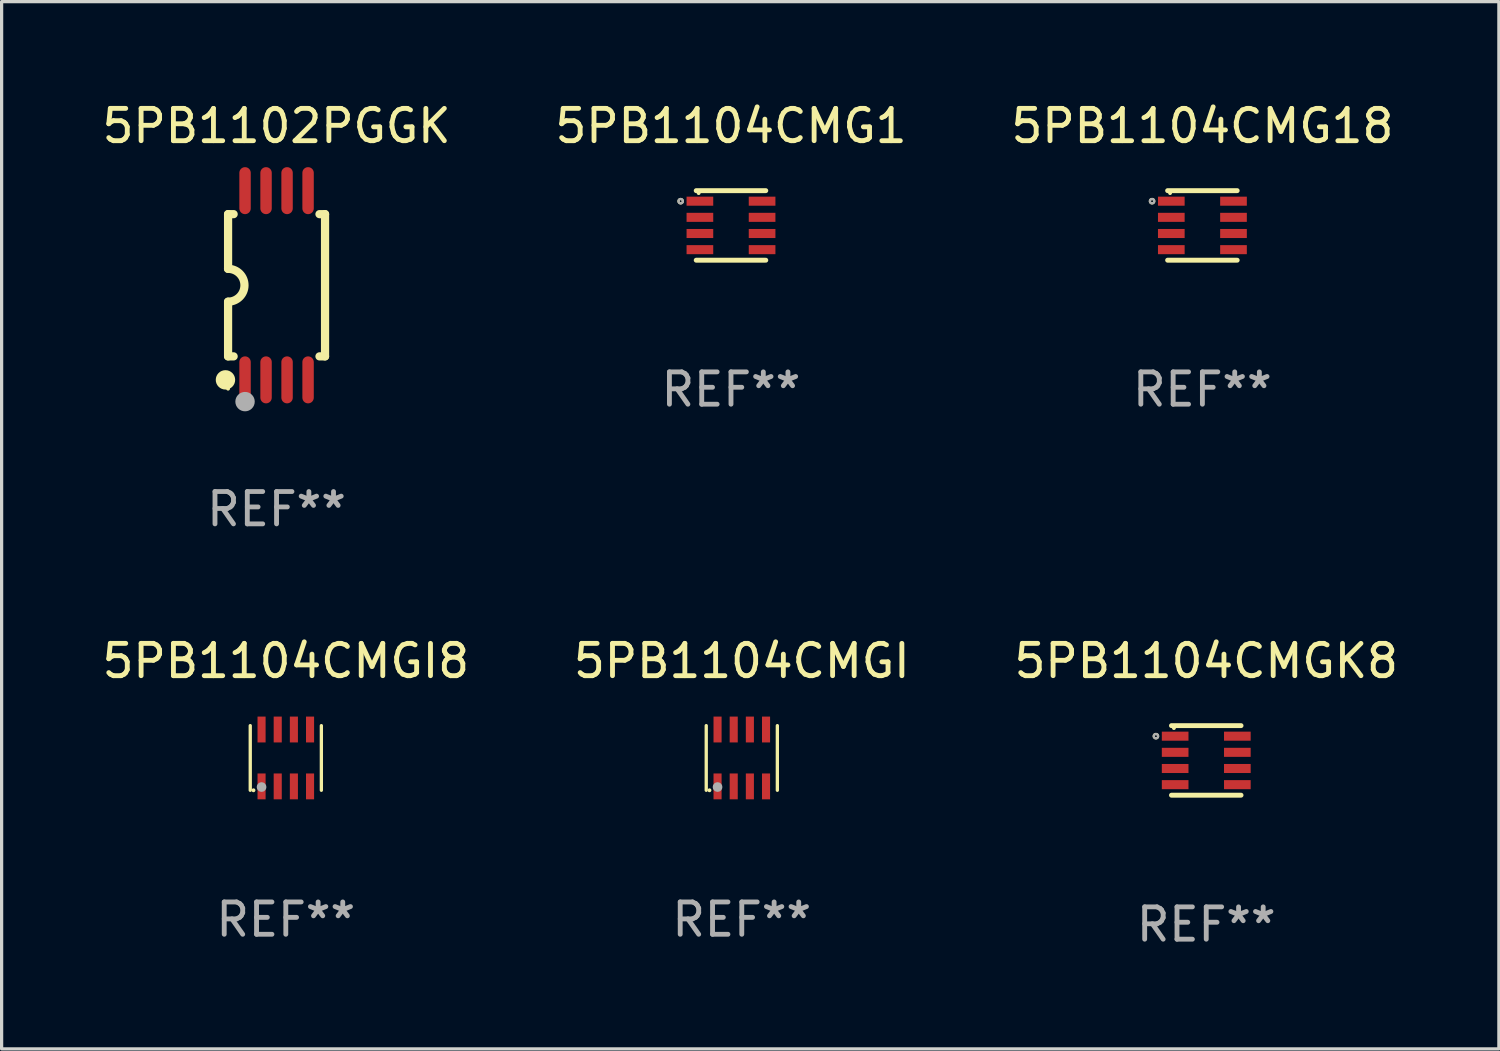
<source format=kicad_pcb>
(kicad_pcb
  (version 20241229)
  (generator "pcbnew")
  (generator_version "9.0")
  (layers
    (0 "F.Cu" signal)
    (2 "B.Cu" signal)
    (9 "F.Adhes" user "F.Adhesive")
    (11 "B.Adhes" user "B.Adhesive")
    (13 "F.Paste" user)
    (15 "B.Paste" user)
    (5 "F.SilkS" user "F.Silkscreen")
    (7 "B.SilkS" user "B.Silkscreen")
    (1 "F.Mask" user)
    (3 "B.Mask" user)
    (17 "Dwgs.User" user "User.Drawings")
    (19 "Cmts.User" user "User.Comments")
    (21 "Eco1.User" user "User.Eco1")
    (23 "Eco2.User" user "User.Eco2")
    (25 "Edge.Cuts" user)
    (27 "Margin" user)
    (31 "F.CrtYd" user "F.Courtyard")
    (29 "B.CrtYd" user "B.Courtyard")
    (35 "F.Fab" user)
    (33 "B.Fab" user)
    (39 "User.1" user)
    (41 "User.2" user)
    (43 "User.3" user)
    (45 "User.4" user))
  (footprint "5PB1104CMGK8"
    (layer "F.Cu")
    (at 34.268 20.475)
    (property "Reference" "5PB1104CMGK8" (at 0 -3.076 0) (layer "F.SilkS") (effects (font (size 1 1) (thickness 0.15))))
    (attr through_hole)
    (fp_line (start -1.076 -1.076) (end 1.076 -1.076) (stroke (width 0.152) (type solid)) (layer "F.SilkS"))
    (fp_line (start -1.076 1.076) (end 1.076 1.076) (stroke (width 0.152) (type solid)) (layer "F.SilkS"))
    (fp_circle (center -1.557 -0.75) (end -1.523 -0.75) (stroke (width 0.069) (type solid)) (fill no) (layer "F.SilkS"))
    (fp_circle (center -1 -1) (end -0.97 -1) (stroke (width 0.06) (type solid)) (fill no) (layer "F.SilkS"))
    (fp_circle (center -1.557 -0.75) (end -1.523 -0.75) (stroke (width 0.069) (type solid)) (fill no) (layer "F.Fab"))
    (fp_text user "REF**" (at 0 5.076 0) (layer "F.Fab") (effects (font (size 1 1) (thickness 0.15))))
    (pad "1" smd rect (at -0.962 -0.75) (size 0.825 0.28) (layers "F.Cu" "F.Mask" "F.Paste"))
    (pad "2" smd rect (at -0.962 -0.25) (size 0.825 0.28) (layers "F.Cu" "F.Mask" "F.Paste"))
    (pad "3" smd rect (at -0.962 0.25) (size 0.825 0.28) (layers "F.Cu" "F.Mask" "F.Paste"))
    (pad "4" smd rect (at -0.962 0.75) (size 0.825 0.28) (layers "F.Cu" "F.Mask" "F.Paste"))
    (pad "5" smd rect (at 0.962 0.75) (size 0.825 0.28) (layers "F.Cu" "F.Mask" "F.Paste"))
    (pad "6" smd rect (at 0.962 0.25) (size 0.825 0.28) (layers "F.Cu" "F.Mask" "F.Paste"))
    (pad "7" smd rect (at 0.962 -0.25) (size 0.825 0.28) (layers "F.Cu" "F.Mask" "F.Paste"))
    (pad "8" smd rect (at 0.962 -0.75) (size 0.825 0.28) (layers "F.Cu" "F.Mask" "F.Paste")))
  (footprint "5PB1104CMG1"
    (layer "F.Cu")
    (at 19.565 3.924)
    (property "Reference" "5PB1104CMG1" (at 0 -3.076 0) (layer "F.SilkS") (effects (font (size 1 1) (thickness 0.15))))
    (attr through_hole)
    (fp_line (start -1.076 -1.076) (end 1.076 -1.076) (stroke (width 0.152) (type solid)) (layer "F.SilkS"))
    (fp_line (start -1.076 1.076) (end 1.076 1.076) (stroke (width 0.152) (type solid)) (layer "F.SilkS"))
    (fp_circle (center -1.557 -0.75) (end -1.523 -0.75) (stroke (width 0.069) (type solid)) (fill no) (layer "F.SilkS"))
    (fp_circle (center -1 -1) (end -0.97 -1) (stroke (width 0.06) (type solid)) (fill no) (layer "F.SilkS"))
    (fp_circle (center -1.557 -0.75) (end -1.523 -0.75) (stroke (width 0.069) (type solid)) (fill no) (layer "F.Fab"))
    (fp_text user "REF**" (at 0 5.076 0) (layer "F.Fab") (effects (font (size 1 1) (thickness 0.15))))
    (pad "1" smd rect (at -0.962 -0.75) (size 0.825 0.28) (layers "F.Cu" "F.Mask" "F.Paste"))
    (pad "2" smd rect (at -0.962 -0.25) (size 0.825 0.28) (layers "F.Cu" "F.Mask" "F.Paste"))
    (pad "3" smd rect (at -0.962 0.25) (size 0.825 0.28) (layers "F.Cu" "F.Mask" "F.Paste"))
    (pad "4" smd rect (at -0.962 0.75) (size 0.825 0.28) (layers "F.Cu" "F.Mask" "F.Paste"))
    (pad "5" smd rect (at 0.962 0.75) (size 0.825 0.28) (layers "F.Cu" "F.Mask" "F.Paste"))
    (pad "6" smd rect (at 0.962 0.25) (size 0.825 0.28) (layers "F.Cu" "F.Mask" "F.Paste"))
    (pad "7" smd rect (at 0.962 -0.25) (size 0.825 0.28) (layers "F.Cu" "F.Mask" "F.Paste"))
    (pad "8" smd rect (at 0.962 -0.75) (size 0.825 0.28) (layers "F.Cu" "F.Mask" "F.Paste")))
  (footprint "5PB1104CMG18"
    (layer "F.Cu")
    (at 34.149 3.924)
    (property "Reference" "5PB1104CMG18" (at 0 -3.076 0) (layer "F.SilkS") (effects (font (size 1 1) (thickness 0.15))))
    (attr through_hole)
    (fp_line (start -1.076 -1.076) (end 1.076 -1.076) (stroke (width 0.152) (type solid)) (layer "F.SilkS"))
    (fp_line (start -1.076 1.076) (end 1.076 1.076) (stroke (width 0.152) (type solid)) (layer "F.SilkS"))
    (fp_circle (center -1.557 -0.75) (end -1.523 -0.75) (stroke (width 0.069) (type solid)) (fill no) (layer "F.SilkS"))
    (fp_circle (center -1 -1) (end -0.97 -1) (stroke (width 0.06) (type solid)) (fill no) (layer "F.SilkS"))
    (fp_circle (center -1.557 -0.75) (end -1.523 -0.75) (stroke (width 0.069) (type solid)) (fill no) (layer "F.Fab"))
    (fp_text user "REF**" (at 0 5.076 0) (layer "F.Fab") (effects (font (size 1 1) (thickness 0.15))))
    (pad "1" smd rect (at -0.962 -0.75) (size 0.825 0.28) (layers "F.Cu" "F.Mask" "F.Paste"))
    (pad "2" smd rect (at -0.962 -0.25) (size 0.825 0.28) (layers "F.Cu" "F.Mask" "F.Paste"))
    (pad "3" smd rect (at -0.962 0.25) (size 0.825 0.28) (layers "F.Cu" "F.Mask" "F.Paste"))
    (pad "4" smd rect (at -0.962 0.75) (size 0.825 0.28) (layers "F.Cu" "F.Mask" "F.Paste"))
    (pad "5" smd rect (at 0.962 0.75) (size 0.825 0.28) (layers "F.Cu" "F.Mask" "F.Paste"))
    (pad "6" smd rect (at 0.962 0.25) (size 0.825 0.28) (layers "F.Cu" "F.Mask" "F.Paste"))
    (pad "7" smd rect (at 0.962 -0.25) (size 0.825 0.28) (layers "F.Cu" "F.Mask" "F.Paste"))
    (pad "8" smd rect (at 0.962 -0.75) (size 0.825 0.28) (layers "F.Cu" "F.Mask" "F.Paste")))
  (footprint "5PB1104CMGI8"
    (layer "F.Cu")
    (at 5.792 20.399)
    (property "Reference" "5PB1104CMGI8" (at 0 -3 0) (layer "F.SilkS") (effects (font (size 1 1) (thickness 0.15))))
    (attr through_hole)
    (fp_line (start -1.1 1) (end -1.1 -1) (stroke (width 0.102) (type solid)) (layer "F.SilkS"))
    (fp_line (start 1.1 1) (end 1.1 -1) (stroke (width 0.102) (type solid)) (layer "F.SilkS"))
    (fp_circle (center -1 1) (end -0.97 1) (stroke (width 0.06) (type solid)) (fill no) (layer "F.SilkS"))
    (fp_circle (center -0.75 0.9) (end -0.675 0.9) (stroke (width 0.15) (type solid)) (fill no) (layer "F.Fab"))
    (fp_text user "REF**" (at 0 5 0) (layer "F.Fab") (effects (font (size 1 1) (thickness 0.15))))
    (pad "1" smd rect (at -0.75 0.88) (size 0.25 0.8) (layers "F.Cu" "F.Mask" "F.Paste"))
    (pad "2" smd rect (at -0.25 0.88) (size 0.25 0.8) (layers "F.Cu" "F.Mask" "F.Paste"))
    (pad "3" smd rect (at 0.25 0.88) (size 0.25 0.8) (layers "F.Cu" "F.Mask" "F.Paste"))
    (pad "4" smd rect (at 0.75 0.88) (size 0.25 0.8) (layers "F.Cu" "F.Mask" "F.Paste"))
    (pad "5" smd rect (at 0.75 -0.88) (size 0.25 0.8) (layers "F.Cu" "F.Mask" "F.Paste"))
    (pad "6" smd rect (at 0.25 -0.88) (size 0.25 0.8) (layers "F.Cu" "F.Mask" "F.Paste"))
    (pad "7" smd rect (at -0.25 -0.88) (size 0.25 0.8) (layers "F.Cu" "F.Mask" "F.Paste"))
    (pad "8" smd rect (at -0.75 -0.88) (size 0.25 0.8) (layers "F.Cu" "F.Mask" "F.Paste")))
  (footprint "5PB1102PGGK"
    (layer "F.Cu")
    (at 5.506 5.775)
    (property "Reference" "5PB1102PGGK" (at 0 -4.927 0) (layer "F.SilkS") (effects (font (size 1 1) (thickness 0.15))))
    (attr through_hole)
    (fp_line (start -1.5 -2.2) (end -1.5 -0.508) (stroke (width 0.254) (type solid)) (layer "F.SilkS"))
    (fp_line (start -1.5 -2.2) (end -1.328 -2.2) (stroke (width 0.254) (type solid)) (layer "F.SilkS"))
    (fp_line (start -1.5 2.2) (end -1.5 0.508) (stroke (width 0.254) (type solid)) (layer "F.SilkS"))
    (fp_line (start -1.5 2.2) (end -1.328 2.2) (stroke (width 0.254) (type solid)) (layer "F.SilkS"))
    (fp_line (start 1.328 -2.2) (end 1.5 -2.2) (stroke (width 0.254) (type solid)) (layer "F.SilkS"))
    (fp_line (start 1.328 2.2) (end 1.5 2.2) (stroke (width 0.254) (type solid)) (layer "F.SilkS"))
    (fp_line (start 1.5 -2.2) (end 1.5 2.2) (stroke (width 0.254) (type solid)) (layer "F.SilkS"))
    (fp_arc (start -1.501144 -0.508) (mid -0.993143 -0.000571) (end -1.5 0.508001) (stroke (width 0.254001) (type solid)) (layer "F.SilkS"))
    (fp_circle (center -1.581 2.927) (end -1.431 2.927) (stroke (width 0.3) (type solid)) (fill no) (layer "F.SilkS"))
    (fp_circle (center -1.5 3.2) (end -1.47 3.2) (stroke (width 0.06) (type solid)) (fill no) (layer "F.SilkS"))
    (fp_circle (center -0.975 3.6) (end -0.825 3.6) (stroke (width 0.3) (type solid)) (fill no) (layer "F.Fab"))
    (fp_text user "REF**" (at 0 6.927 0) (layer "F.Fab") (effects (font (size 1 1) (thickness 0.15))))
    (pad "1" smd oval (at -0.975 2.927) (size 0.353 1.454) (layers "F.Cu" "F.Mask" "F.Paste"))
    (pad "2" smd oval (at -0.325 2.927) (size 0.353 1.454) (layers "F.Cu" "F.Mask" "F.Paste"))
    (pad "3" smd oval (at 0.325 2.927) (size 0.353 1.454) (layers "F.Cu" "F.Mask" "F.Paste"))
    (pad "4" smd oval (at 0.975 2.927) (size 0.353 1.454) (layers "F.Cu" "F.Mask" "F.Paste"))
    (pad "5" smd oval (at 0.975 -2.927) (size 0.353 1.454) (layers "F.Cu" "F.Mask" "F.Paste"))
    (pad "6" smd oval (at 0.325 -2.927) (size 0.353 1.454) (layers "F.Cu" "F.Mask" "F.Paste"))
    (pad "7" smd oval (at -0.325 -2.927) (size 0.353 1.454) (layers "F.Cu" "F.Mask" "F.Paste"))
    (pad "8" smd oval (at -0.975 -2.927) (size 0.353 1.454) (layers "F.Cu" "F.Mask" "F.Paste")))
  (footprint "5PB1104CMGI"
    (layer "F.Cu")
    (at 19.899 20.399)
    (property "Reference" "5PB1104CMGI" (at 0 -3 0) (layer "F.SilkS") (effects (font (size 1 1) (thickness 0.15))))
    (attr through_hole)
    (fp_line (start -1.1 1) (end -1.1 -1) (stroke (width 0.102) (type solid)) (layer "F.SilkS"))
    (fp_line (start 1.1 1) (end 1.1 -1) (stroke (width 0.102) (type solid)) (layer "F.SilkS"))
    (fp_circle (center -1 1) (end -0.97 1) (stroke (width 0.06) (type solid)) (fill no) (layer "F.SilkS"))
    (fp_circle (center -0.75 0.9) (end -0.675 0.9) (stroke (width 0.15) (type solid)) (fill no) (layer "F.Fab"))
    (fp_text user "REF**" (at 0 5 0) (layer "F.Fab") (effects (font (size 1 1) (thickness 0.15))))
    (pad "1" smd rect (at -0.75 0.88) (size 0.25 0.8) (layers "F.Cu" "F.Mask" "F.Paste"))
    (pad "2" smd rect (at -0.25 0.88) (size 0.25 0.8) (layers "F.Cu" "F.Mask" "F.Paste"))
    (pad "3" smd rect (at 0.25 0.88) (size 0.25 0.8) (layers "F.Cu" "F.Mask" "F.Paste"))
    (pad "4" smd rect (at 0.75 0.88) (size 0.25 0.8) (layers "F.Cu" "F.Mask" "F.Paste"))
    (pad "5" smd rect (at 0.75 -0.88) (size 0.25 0.8) (layers "F.Cu" "F.Mask" "F.Paste"))
    (pad "6" smd rect (at 0.25 -0.88) (size 0.25 0.8) (layers "F.Cu" "F.Mask" "F.Paste"))
    (pad "7" smd rect (at -0.25 -0.88) (size 0.25 0.8) (layers "F.Cu" "F.Mask" "F.Paste"))
    (pad "8" smd rect (at -0.75 -0.88) (size 0.25 0.8) (layers "F.Cu" "F.Mask" "F.Paste")))
  (gr_rect
    (start -3 -3)
    (end 43.321 29.4)
    (stroke (width 0.1) (type default))
    (fill no)
    (layer "Edge.Cuts")))
</source>
